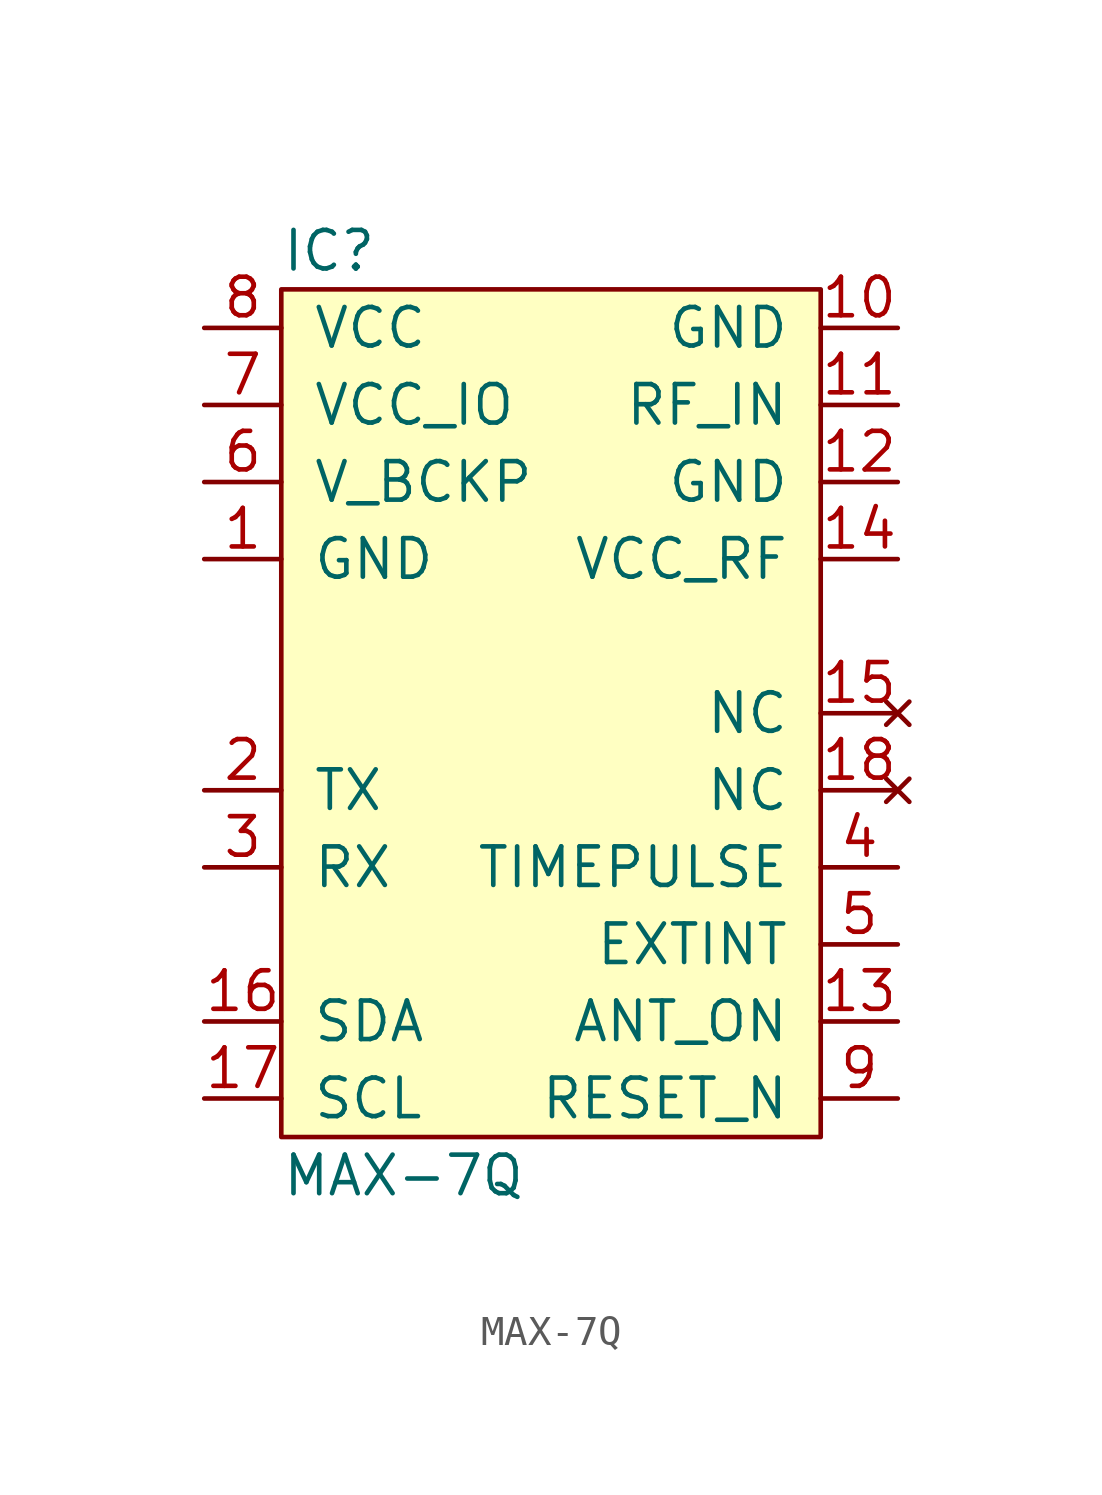
<source format=kicad_sym>
(kicad_symbol_lib
  (version 20211014)
  (generator kicad_symbol_editor)
  (symbol "MAX-7Q"
    (pin_names
      (offset 1.016))
    (property "Reference" "IC"
      (at -10.16 12.7 0)
      (effects (font (size 1.27 1.27)) (justify left)))
    (property "Value" "MAX-7Q"
      (at -10.16 -17.78 0)
      (effects (font (size 1.27 1.27)) (justify left)))
    (symbol "MAX-7Q_0_1"
      (rectangle (start -10.16 11.43) (end 7.62 -16.51) (stroke (width 0) (type default) (color 0 0 0 0)) (fill (type background))))
    (symbol "MAX-7Q_1_1"
      (pin power_in line (at -12.7 2.54 0) (length 2.54) (name "GND" (effects (font (size 1.27 1.27)))) (number "1" (effects (font (size 1.27 1.27)))))
      (pin power_in line (at 10.16 10.16 180) (length 2.54) (name "GND" (effects (font (size 1.27 1.27)))) (number "10" (effects (font (size 1.27 1.27)))))
      (pin input line (at 10.16 7.62 180) (length 2.54) (name "RF_IN" (effects (font (size 1.27 1.27)))) (number "11" (effects (font (size 1.27 1.27)))))
      (pin power_in line (at 10.16 5.08 180) (length 2.54) (name "GND" (effects (font (size 1.27 1.27)))) (number "12" (effects (font (size 1.27 1.27)))))
      (pin output line (at 10.16 -12.7 180) (length 2.54) (name "ANT_ON" (effects (font (size 1.27 1.27)))) (number "13" (effects (font (size 1.27 1.27)))))
      (pin power_in line (at 10.16 2.54 180) (length 2.54) (name "VCC_RF" (effects (font (size 1.27 1.27)))) (number "14" (effects (font (size 1.27 1.27)))))
      (pin no_connect line (at 10.16 -2.54 180) (length 2.54) (name "NC" (effects (font (size 1.27 1.27)))) (number "15" (effects (font (size 1.27 1.27)))))
      (pin bidirectional line (at -12.7 -12.7 0) (length 2.54) (name "SDA" (effects (font (size 1.27 1.27)))) (number "16" (effects (font (size 1.27 1.27)))))
      (pin bidirectional line (at -12.7 -15.24 0) (length 2.54) (name "SCL" (effects (font (size 1.27 1.27)))) (number "17" (effects (font (size 1.27 1.27)))))
      (pin no_connect line (at 10.16 -5.08 180) (length 2.54) (name "NC" (effects (font (size 1.27 1.27)))) (number "18" (effects (font (size 1.27 1.27)))))
      (pin output line (at -12.7 -5.08 0) (length 2.54) (name "TX" (effects (font (size 1.27 1.27)))) (number "2" (effects (font (size 1.27 1.27)))))
      (pin input line (at -12.7 -7.62 0) (length 2.54) (name "RX" (effects (font (size 1.27 1.27)))) (number "3" (effects (font (size 1.27 1.27)))))
      (pin output line (at 10.16 -7.62 180) (length 2.54) (name "TIMEPULSE" (effects (font (size 1.27 1.27)))) (number "4" (effects (font (size 1.27 1.27)))))
      (pin input line (at 10.16 -10.16 180) (length 2.54) (name "EXTINT" (effects (font (size 1.27 1.27)))) (number "5" (effects (font (size 1.27 1.27)))))
      (pin power_in line (at -12.7 5.08 0) (length 2.54) (name "V_BCKP" (effects (font (size 1.27 1.27)))) (number "6" (effects (font (size 1.27 1.27)))))
      (pin power_in line (at -12.7 7.62 0) (length 2.54) (name "VCC_IO" (effects (font (size 1.27 1.27)))) (number "7" (effects (font (size 1.27 1.27)))))
      (pin power_in line (at -12.7 10.16 0) (length 2.54) (name "VCC" (effects (font (size 1.27 1.27)))) (number "8" (effects (font (size 1.27 1.27)))))
      (pin input line (at 10.16 -15.24 180) (length 2.54) (name "RESET_N" (effects (font (size 1.27 1.27)))) (number "9" (effects (font (size 1.27 1.27))))))))
</source>
